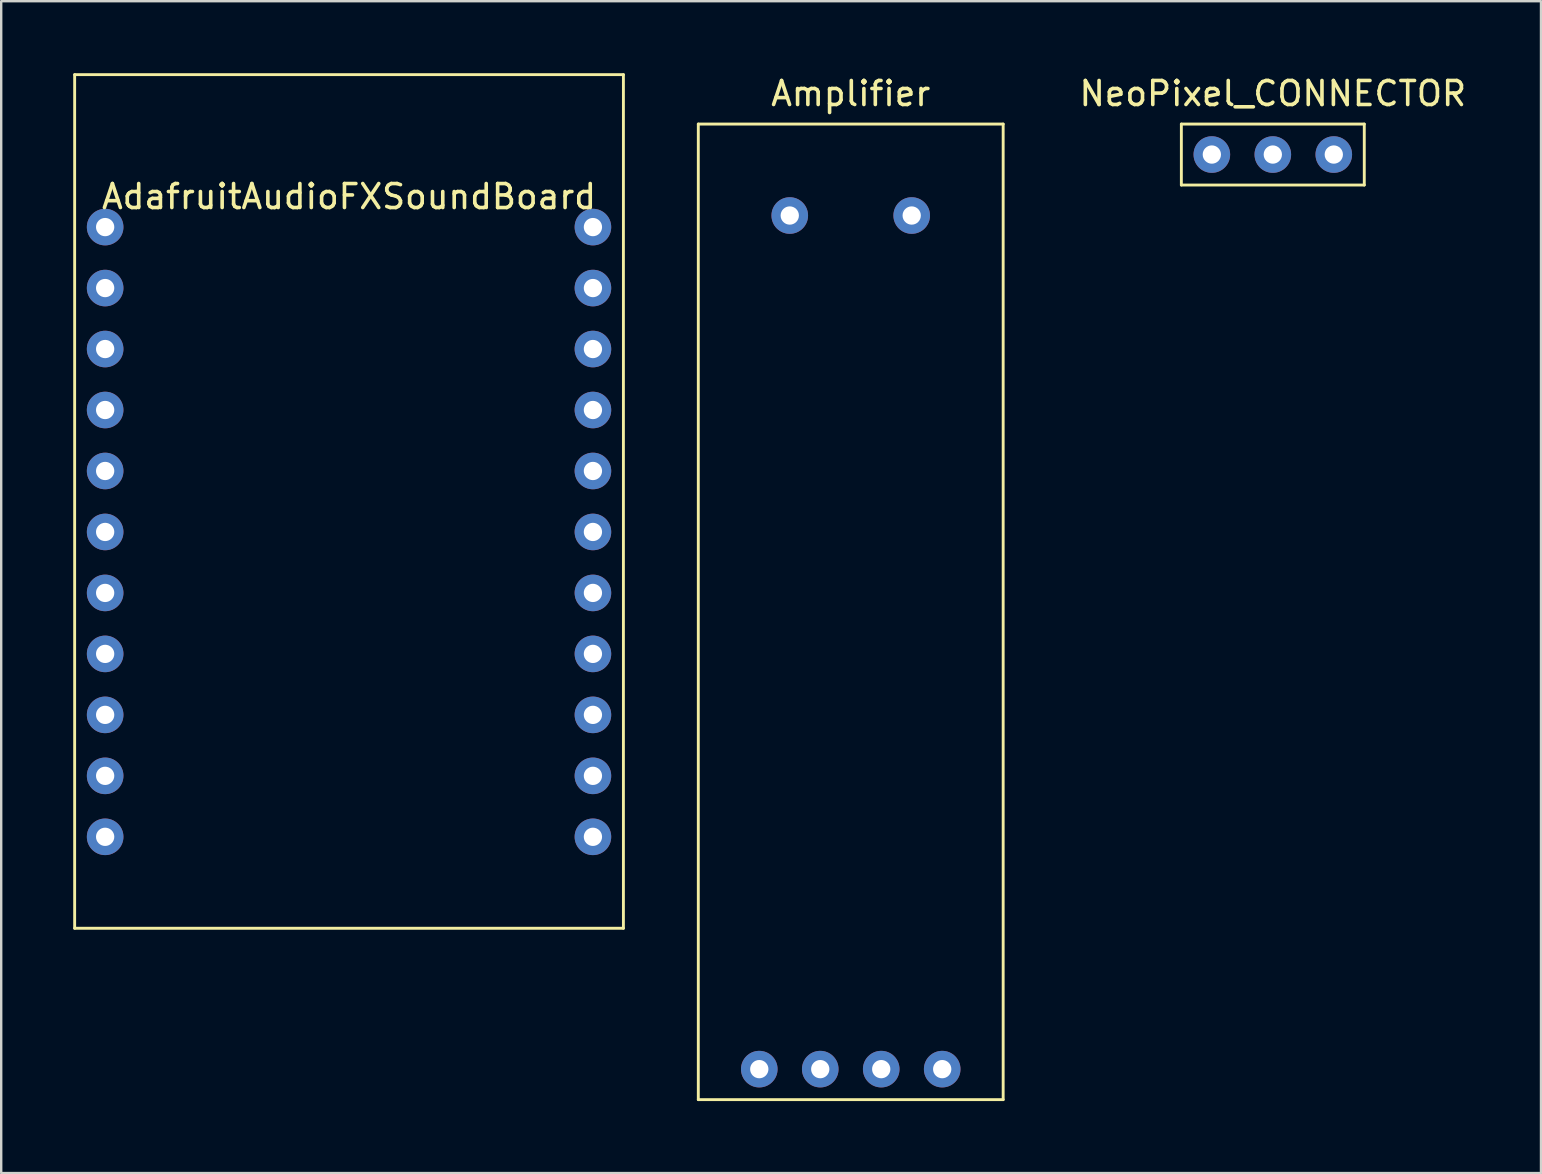
<source format=kicad_pcb>
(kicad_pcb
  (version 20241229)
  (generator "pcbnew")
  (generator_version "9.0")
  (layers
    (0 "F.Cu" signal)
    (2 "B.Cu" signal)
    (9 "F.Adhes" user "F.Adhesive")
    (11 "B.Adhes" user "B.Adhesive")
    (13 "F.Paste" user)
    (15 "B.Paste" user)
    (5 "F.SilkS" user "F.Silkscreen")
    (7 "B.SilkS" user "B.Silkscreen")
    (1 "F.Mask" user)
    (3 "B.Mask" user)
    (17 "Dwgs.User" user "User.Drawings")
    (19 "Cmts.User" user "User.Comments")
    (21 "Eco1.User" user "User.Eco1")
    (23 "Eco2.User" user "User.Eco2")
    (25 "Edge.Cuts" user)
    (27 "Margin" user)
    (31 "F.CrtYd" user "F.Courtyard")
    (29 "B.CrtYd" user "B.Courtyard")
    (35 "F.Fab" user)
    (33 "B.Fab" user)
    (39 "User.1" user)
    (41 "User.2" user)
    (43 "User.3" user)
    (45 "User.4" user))
  (footprint "Amplifier"
    (layer "F.Cu")
    (at 32.39 5.928)
    (property "Reference" "Amplifier" (at 0 -5.08 0) (layer "F.SilkS") (effects (font (size 1 1) (thickness 0.15))))
    (attr through_hole)
    (fp_line (start -6.35 -3.81) (end -6.35 36.83) (stroke (width 0.12) (type solid)) (layer "F.SilkS"))
    (fp_line (start -6.35 36.83) (end 6.35 36.83) (stroke (width 0.12) (type solid)) (layer "F.SilkS"))
    (fp_line (start 6.35 -3.81) (end -6.35 -3.81) (stroke (width 0.12) (type solid)) (layer "F.SilkS"))
    (fp_line (start 6.35 36.83) (end 6.35 -3.81) (stroke (width 0.12) (type solid)) (layer "F.SilkS"))
    (pad "1" thru_hole circle (at -3.81 35.56) (size 1.524 1.524) (drill 0.762) (layers "*.Cu" "*.Mask"))
    (pad "2" thru_hole circle (at -1.27 35.56) (size 1.524 1.524) (drill 0.762) (layers "*.Cu" "*.Mask"))
    (pad "3" thru_hole circle (at 1.27 35.56) (size 1.524 1.524) (drill 0.762) (layers "*.Cu" "*.Mask"))
    (pad "4" thru_hole circle (at 3.81 35.56) (size 1.524 1.524) (drill 0.762) (layers "*.Cu" "*.Mask"))
    (pad "5" thru_hole circle (at -2.54 0) (size 1.524 1.524) (drill 0.762) (layers "*.Cu" "*.Mask"))
    (pad "6" thru_hole circle (at 2.54 0) (size 1.524 1.524) (drill 0.762) (layers "*.Cu" "*.Mask")))
  (footprint "AdafruitAudioFXSoundBoard"
    (layer "F.Cu")
    (at 11.49 6.41)
    (property "Reference" "AdafruitAudioFXSoundBoard" (at 0 -1.27 0) (layer "F.SilkS") (effects (font (size 1 1) (thickness 0.15))))
    (attr through_hole)
    (fp_line (start -11.43 -6.35) (end 11.43 -6.35) (stroke (width 0.12) (type solid)) (layer "F.SilkS"))
    (fp_line (start -11.43 29.21) (end -11.43 -6.35) (stroke (width 0.12) (type solid)) (layer "F.SilkS"))
    (fp_line (start 11.43 -6.35) (end 11.43 29.21) (stroke (width 0.12) (type solid)) (layer "F.SilkS"))
    (fp_line (start 11.43 29.21) (end -11.43 29.21) (stroke (width 0.12) (type solid)) (layer "F.SilkS"))
    (pad "1" thru_hole circle (at -10.16 0) (size 1.524 1.524) (drill 0.762) (layers "*.Cu" "*.Mask"))
    (pad "2" thru_hole circle (at -10.16 2.54) (size 1.524 1.524) (drill 0.762) (layers "*.Cu" "*.Mask"))
    (pad "3" thru_hole circle (at -10.16 5.08) (size 1.524 1.524) (drill 0.762) (layers "*.Cu" "*.Mask"))
    (pad "4" thru_hole circle (at -10.16 7.62) (size 1.524 1.524) (drill 0.762) (layers "*.Cu" "*.Mask"))
    (pad "5" thru_hole circle (at -10.16 10.16) (size 1.524 1.524) (drill 0.762) (layers "*.Cu" "*.Mask"))
    (pad "6" thru_hole circle (at -10.16 12.7) (size 1.524 1.524) (drill 0.762) (layers "*.Cu" "*.Mask"))
    (pad "7" thru_hole circle (at -10.16 15.24) (size 1.524 1.524) (drill 0.762) (layers "*.Cu" "*.Mask"))
    (pad "8" thru_hole circle (at -10.16 17.78) (size 1.524 1.524) (drill 0.762) (layers "*.Cu" "*.Mask"))
    (pad "9" thru_hole circle (at -10.16 20.32) (size 1.524 1.524) (drill 0.762) (layers "*.Cu" "*.Mask"))
    (pad "10" thru_hole circle (at -10.16 22.86) (size 1.524 1.524) (drill 0.762) (layers "*.Cu" "*.Mask"))
    (pad "11" thru_hole circle (at -10.16 25.4) (size 1.524 1.524) (drill 0.762) (layers "*.Cu" "*.Mask"))
    (pad "12" thru_hole circle (at 10.16 25.4) (size 1.524 1.524) (drill 0.762) (layers "*.Cu" "*.Mask"))
    (pad "13" thru_hole circle (at 10.16 22.86) (size 1.524 1.524) (drill 0.762) (layers "*.Cu" "*.Mask"))
    (pad "14" thru_hole circle (at 10.16 20.32) (size 1.524 1.524) (drill 0.762) (layers "*.Cu" "*.Mask"))
    (pad "15" thru_hole circle (at 10.16 17.78) (size 1.524 1.524) (drill 0.762) (layers "*.Cu" "*.Mask"))
    (pad "16" thru_hole circle (at 10.16 15.24) (size 1.524 1.524) (drill 0.762) (layers "*.Cu" "*.Mask"))
    (pad "17" thru_hole circle (at 10.16 12.7) (size 1.524 1.524) (drill 0.762) (layers "*.Cu" "*.Mask"))
    (pad "18" thru_hole circle (at 10.16 10.16) (size 1.524 1.524) (drill 0.762) (layers "*.Cu" "*.Mask"))
    (pad "19" thru_hole circle (at 10.16 7.62) (size 1.524 1.524) (drill 0.762) (layers "*.Cu" "*.Mask"))
    (pad "20" thru_hole circle (at 10.16 5.08) (size 1.524 1.524) (drill 0.762) (layers "*.Cu" "*.Mask"))
    (pad "21" thru_hole circle (at 10.16 2.54) (size 1.524 1.524) (drill 0.762) (layers "*.Cu" "*.Mask"))
    (pad "22" thru_hole circle (at 10.16 0) (size 1.524 1.524) (drill 0.762) (layers "*.Cu" "*.Mask")))
  (footprint "NeoPixel_CONNECTOR"
    (layer "F.Cu")
    (at 49.973 3.388)
    (property "Reference" "NeoPixel_CONNECTOR" (at 0 -2.54 0) (layer "F.SilkS") (effects (font (size 1 1) (thickness 0.15))))
    (attr through_hole)
    (fp_line (start -3.81 -1.27) (end 3.81 -1.27) (stroke (width 0.12) (type solid)) (layer "F.SilkS"))
    (fp_line (start -3.81 1.27) (end -3.81 -1.27) (stroke (width 0.12) (type solid)) (layer "F.SilkS"))
    (fp_line (start 3.81 -1.27) (end 3.81 1.27) (stroke (width 0.12) (type solid)) (layer "F.SilkS"))
    (fp_line (start 3.81 1.27) (end -3.81 1.27) (stroke (width 0.12) (type solid)) (layer "F.SilkS"))
    (pad "3" thru_hole circle (at -2.54 0) (size 1.524 1.524) (drill 0.762) (layers "*.Cu" "*.Mask"))
    (pad "4" thru_hole circle (at 0 0) (size 1.524 1.524) (drill 0.762) (layers "*.Cu" "*.Mask"))
    (pad "5" thru_hole circle (at 2.54 0) (size 1.524 1.524) (drill 0.762) (layers "*.Cu" "*.Mask")))
  (gr_rect
    (start -3 -3)
    (end 61.145 45.818)
    (stroke (width 0.1) (type default))
    (fill no)
    (layer "Edge.Cuts")))
</source>
